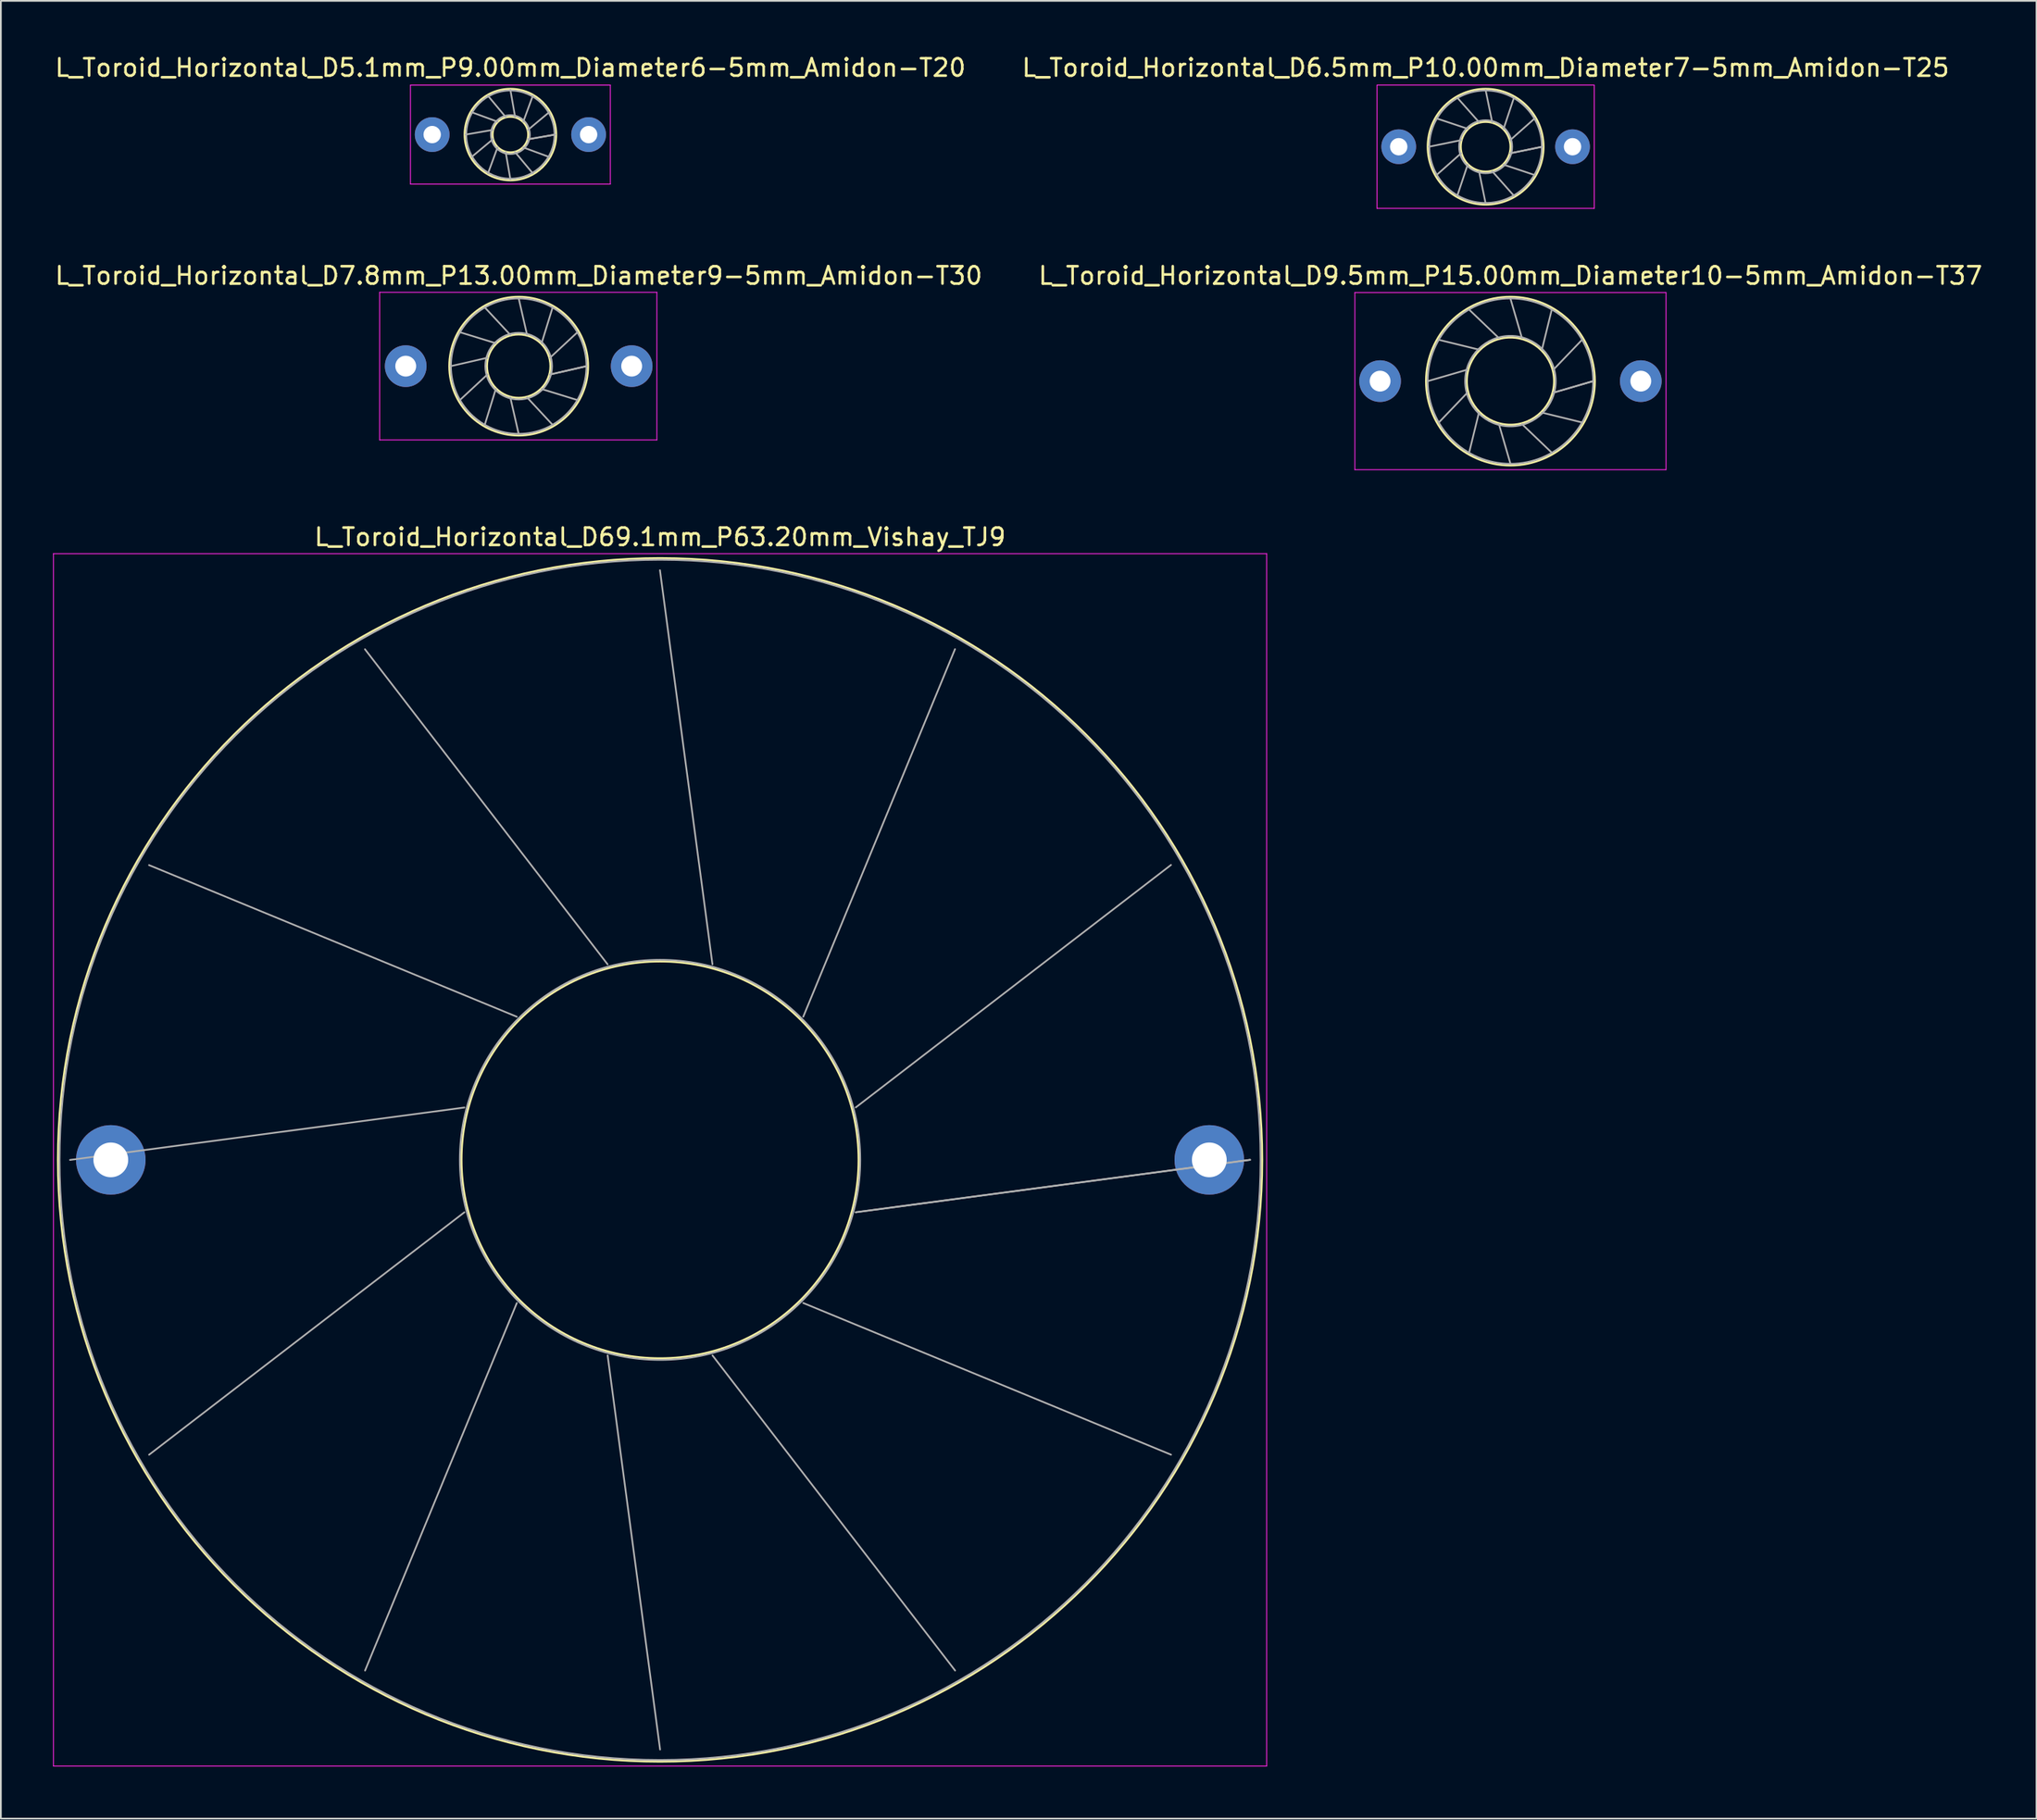
<source format=kicad_pcb>
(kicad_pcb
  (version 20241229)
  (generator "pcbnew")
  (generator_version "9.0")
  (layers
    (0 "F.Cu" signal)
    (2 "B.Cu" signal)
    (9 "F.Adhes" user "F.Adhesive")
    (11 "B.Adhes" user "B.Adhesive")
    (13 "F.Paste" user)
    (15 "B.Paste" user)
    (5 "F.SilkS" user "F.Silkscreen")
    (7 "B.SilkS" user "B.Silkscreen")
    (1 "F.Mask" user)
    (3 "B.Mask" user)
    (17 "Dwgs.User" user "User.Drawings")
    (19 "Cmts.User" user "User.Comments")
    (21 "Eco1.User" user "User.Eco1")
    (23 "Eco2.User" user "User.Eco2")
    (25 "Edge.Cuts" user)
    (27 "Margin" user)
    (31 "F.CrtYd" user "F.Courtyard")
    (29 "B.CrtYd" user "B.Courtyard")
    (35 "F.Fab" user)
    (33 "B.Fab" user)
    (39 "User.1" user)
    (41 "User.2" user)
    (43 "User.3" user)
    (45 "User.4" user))
  (footprint "L_Toroid_Horizontal_D69.1mm_P63.20mm_Vishay_TJ9"
    (layer "F.Cu")
    (at 3.325 63.726)
    (property "Reference" "L_Toroid_Horizontal_D69.1mm_P63.20mm_Vishay_TJ9" (at 31.6 -35.86 0) (layer "F.SilkS") (effects (font (size 1 1) (thickness 0.15))))
    (attr through_hole)
    (fp_circle (center 31.6 0) (end 43.027 0) (stroke (width 0.12) (type solid)) (fill no) (layer "F.SilkS"))
    (fp_circle (center 31.6 0) (end 66.24 0) (stroke (width 0.12) (type solid)) (fill no) (layer "F.SilkS"))
    (fp_line (start -3.3 -34.9) (end -3.3 34.9) (stroke (width 0.05) (type solid)) (layer "F.CrtYd"))
    (fp_line (start -3.3 34.9) (end 66.5 34.9) (stroke (width 0.05) (type solid)) (layer "F.CrtYd"))
    (fp_line (start 66.5 -34.9) (end -3.3 -34.9) (stroke (width 0.05) (type solid)) (layer "F.CrtYd"))
    (fp_line (start 66.5 34.9) (end 66.5 -34.9) (stroke (width 0.05) (type solid)) (layer "F.CrtYd"))
    (fp_line (start -2.347 0.003) (end 20.342 -3.015) (stroke (width 0.1) (type solid)) (layer "F.Fab"))
    (fp_line (start 2.199 -16.97) (end 23.358 -8.241) (stroke (width 0.1) (type solid)) (layer "F.Fab"))
    (fp_line (start 2.202 16.976) (end 20.342 3.018) (stroke (width 0.1) (type solid)) (layer "F.Fab"))
    (fp_line (start 14.623 -29.397) (end 28.582 -11.258) (stroke (width 0.1) (type solid)) (layer "F.Fab"))
    (fp_line (start 14.628 29.4) (end 23.359 8.242) (stroke (width 0.1) (type solid)) (layer "F.Fab"))
    (fp_line (start 31.595 -33.947) (end 34.615 -11.259) (stroke (width 0.1) (type solid)) (layer "F.Fab"))
    (fp_line (start 31.602 33.947) (end 28.584 11.258) (stroke (width 0.1) (type solid)) (layer "F.Fab"))
    (fp_line (start 48.569 -29.402) (end 39.84 -8.243) (stroke (width 0.1) (type solid)) (layer "F.Fab"))
    (fp_line (start 48.575 29.399) (end 34.617 11.258) (stroke (width 0.1) (type solid)) (layer "F.Fab"))
    (fp_line (start 60.996 -16.979) (end 42.858 -3.019) (stroke (width 0.1) (type solid)) (layer "F.Fab"))
    (fp_line (start 60.999 16.973) (end 39.842 8.241) (stroke (width 0.1) (type solid)) (layer "F.Fab"))
    (fp_line (start 65.547 -0.006) (end 42.859 3.014) (stroke (width 0.1) (type solid)) (layer "F.Fab"))
    (fp_line (start 65.547 0) (end 42.858 3.017) (stroke (width 0.1) (type solid)) (layer "F.Fab"))
    (fp_circle (center 31.6 0) (end 43.117 0) (stroke (width 0.1) (type solid)) (fill no) (layer "F.Fab"))
    (fp_circle (center 31.6 0) (end 66.15 0) (stroke (width 0.1) (type solid)) (fill no) (layer "F.Fab"))
    (pad "1" thru_hole circle (at 0 0) (size 4 4) (drill 2) (layers "*.Cu" "*.Mask"))
    (pad "2" thru_hole circle (at 63.2 0) (size 4 4) (drill 2) (layers "*.Cu" "*.Mask")))
  (footprint "L_Toroid_Horizontal_D7.8mm_P13.00mm_Diameter9-5mm_Amidon-T30"
    (layer "F.Cu")
    (at 20.292 18.029)
    (property "Reference" "L_Toroid_Horizontal_D7.8mm_P13.00mm_Diameter9-5mm_Amidon-T30" (at 6.5 -5.209 0) (layer "F.SilkS") (effects (font (size 1 1) (thickness 0.15))))
    (attr through_hole)
    (fp_circle (center 6.5 0) (end 8.328 0) (stroke (width 0.12) (type solid)) (fill no) (layer "F.SilkS"))
    (fp_circle (center 6.5 0) (end 10.489 0) (stroke (width 0.12) (type solid)) (fill no) (layer "F.SilkS"))
    (fp_line (start -1.5 -4.25) (end -1.5 4.25) (stroke (width 0.05) (type solid)) (layer "F.CrtYd"))
    (fp_line (start -1.5 4.25) (end 14.45 4.25) (stroke (width 0.05) (type solid)) (layer "F.CrtYd"))
    (fp_line (start 14.45 -4.25) (end -1.5 -4.25) (stroke (width 0.05) (type solid)) (layer "F.CrtYd"))
    (fp_line (start 14.45 4.25) (end 14.45 -4.25) (stroke (width 0.05) (type solid)) (layer "F.CrtYd"))
    (fp_line (start 2.591 0.000362) (end 4.699 -0.482) (stroke (width 0.1) (type solid)) (layer "F.Fab"))
    (fp_line (start 3.114 -1.954) (end 5.182 -1.318) (stroke (width 0.1) (type solid)) (layer "F.Fab"))
    (fp_line (start 3.115 1.955) (end 4.699 0.483) (stroke (width 0.1) (type solid)) (layer "F.Fab"))
    (fp_line (start 4.545 -3.385) (end 6.017 -1.801) (stroke (width 0.1) (type solid)) (layer "F.Fab"))
    (fp_line (start 4.546 3.386) (end 5.182 1.318) (stroke (width 0.1) (type solid)) (layer "F.Fab"))
    (fp_line (start 6.499 -3.909) (end 6.982 -1.801) (stroke (width 0.1) (type solid)) (layer "F.Fab"))
    (fp_line (start 6.5 3.909) (end 6.018 1.801) (stroke (width 0.1) (type solid)) (layer "F.Fab"))
    (fp_line (start 8.454 -3.386) (end 7.818 -1.318) (stroke (width 0.1) (type solid)) (layer "F.Fab"))
    (fp_line (start 8.455 3.385) (end 6.983 1.801) (stroke (width 0.1) (type solid)) (layer "F.Fab"))
    (fp_line (start 9.885 -1.955) (end 8.301 -0.483) (stroke (width 0.1) (type solid)) (layer "F.Fab"))
    (fp_line (start 9.885 1.955) (end 7.818 1.318) (stroke (width 0.1) (type solid)) (layer "F.Fab"))
    (fp_line (start 10.409 -0.001) (end 8.301 0.482) (stroke (width 0.1) (type solid)) (layer "F.Fab"))
    (fp_line (start 10.409 0) (end 8.301 0.482) (stroke (width 0.1) (type solid)) (layer "F.Fab"))
    (fp_circle (center 6.5 0) (end 8.418 0) (stroke (width 0.1) (type solid)) (fill no) (layer "F.Fab"))
    (fp_circle (center 6.5 0) (end 10.399 0) (stroke (width 0.1) (type solid)) (fill no) (layer "F.Fab"))
    (pad "1" thru_hole circle (at 0 0) (size 2.4 2.4) (drill 1.2) (layers "*.Cu" "*.Mask"))
    (pad "2" thru_hole circle (at 13 0) (size 2.4 2.4) (drill 1.2) (layers "*.Cu" "*.Mask")))
  (footprint "L_Toroid_Horizontal_D5.1mm_P9.00mm_Diameter6-5mm_Amidon-T20"
    (layer "F.Cu")
    (at 21.815 4.698)
    (property "Reference" "L_Toroid_Horizontal_D5.1mm_P9.00mm_Diameter6-5mm_Amidon-T20" (at 4.5 -3.85 0) (layer "F.SilkS") (effects (font (size 1 1) (thickness 0.15))))
    (attr through_hole)
    (fp_circle (center 4.5 0) (end 5.528 0) (stroke (width 0.12) (type solid)) (fill no) (layer "F.SilkS"))
    (fp_circle (center 4.5 0) (end 7.13 0) (stroke (width 0.12) (type solid)) (fill no) (layer "F.SilkS"))
    (fp_line (start -1.25 -2.85) (end -1.25 2.85) (stroke (width 0.05) (type solid)) (layer "F.CrtYd"))
    (fp_line (start -1.25 2.85) (end 10.25 2.85) (stroke (width 0.05) (type solid)) (layer "F.CrtYd"))
    (fp_line (start 10.25 -2.85) (end -1.25 -2.85) (stroke (width 0.05) (type solid)) (layer "F.CrtYd"))
    (fp_line (start 10.25 2.85) (end 10.25 -2.85) (stroke (width 0.05) (type solid)) (layer "F.CrtYd"))
    (fp_line (start 1.923 0.000239) (end 3.488 -0.271) (stroke (width 0.1) (type solid)) (layer "F.Fab"))
    (fp_line (start 2.268 -1.288) (end 3.759 -0.741) (stroke (width 0.1) (type solid)) (layer "F.Fab"))
    (fp_line (start 2.268 1.289) (end 3.488 0.271) (stroke (width 0.1) (type solid)) (layer "F.Fab"))
    (fp_line (start 3.211 -2.232) (end 4.229 -1.012) (stroke (width 0.1) (type solid)) (layer "F.Fab"))
    (fp_line (start 3.211 2.232) (end 3.759 0.741) (stroke (width 0.1) (type solid)) (layer "F.Fab"))
    (fp_line (start 4.5 -2.577) (end 4.771 -1.012) (stroke (width 0.1) (type solid)) (layer "F.Fab"))
    (fp_line (start 4.5 2.577) (end 4.229 1.012) (stroke (width 0.1) (type solid)) (layer "F.Fab"))
    (fp_line (start 5.788 -2.232) (end 5.241 -0.741) (stroke (width 0.1) (type solid)) (layer "F.Fab"))
    (fp_line (start 5.789 2.232) (end 4.771 1.012) (stroke (width 0.1) (type solid)) (layer "F.Fab"))
    (fp_line (start 6.732 -1.289) (end 5.512 -0.271) (stroke (width 0.1) (type solid)) (layer "F.Fab"))
    (fp_line (start 6.732 1.289) (end 5.241 0.741) (stroke (width 0.1) (type solid)) (layer "F.Fab"))
    (fp_line (start 7.077 -0.000478) (end 5.512 0.271) (stroke (width 0.1) (type solid)) (layer "F.Fab"))
    (fp_line (start 7.077 0) (end 5.512 0.271) (stroke (width 0.1) (type solid)) (layer "F.Fab"))
    (fp_circle (center 4.5 0) (end 5.618 0) (stroke (width 0.1) (type solid)) (fill no) (layer "F.Fab"))
    (fp_circle (center 4.5 0) (end 7.04 0) (stroke (width 0.1) (type solid)) (fill no) (layer "F.Fab"))
    (pad "1" thru_hole circle (at 0 0) (size 2 2) (drill 1) (layers "*.Cu" "*.Mask"))
    (pad "2" thru_hole circle (at 9 0) (size 2 2) (drill 1) (layers "*.Cu" "*.Mask")))
  (footprint "L_Toroid_Horizontal_D9.5mm_P15.00mm_Diameter10-5mm_Amidon-T37"
    (layer "F.Cu")
    (at 76.351 18.892)
    (property "Reference" "L_Toroid_Horizontal_D9.5mm_P15.00mm_Diameter10-5mm_Amidon-T37" (at 7.5 -6.072 0) (layer "F.SilkS") (effects (font (size 1 1) (thickness 0.15))))
    (attr through_hole)
    (fp_circle (center 7.5 0) (end 10.014 0) (stroke (width 0.12) (type solid)) (fill no) (layer "F.SilkS"))
    (fp_circle (center 7.5 0) (end 12.352 0) (stroke (width 0.12) (type solid)) (fill no) (layer "F.SilkS"))
    (fp_line (start -1.45 -5.1) (end -1.45 5.1) (stroke (width 0.05) (type solid)) (layer "F.CrtYd"))
    (fp_line (start -1.45 5.1) (end 16.45 5.1) (stroke (width 0.05) (type solid)) (layer "F.CrtYd"))
    (fp_line (start 16.45 -5.1) (end -1.45 -5.1) (stroke (width 0.05) (type solid)) (layer "F.CrtYd"))
    (fp_line (start 16.45 5.1) (end 16.45 -5.1) (stroke (width 0.05) (type solid)) (layer "F.CrtYd"))
    (fp_line (start 2.745 0.000441) (end 5.024 -0.663) (stroke (width 0.1) (type solid)) (layer "F.Fab"))
    (fp_line (start 3.381 -2.377) (end 5.687 -1.813) (stroke (width 0.1) (type solid)) (layer "F.Fab"))
    (fp_line (start 3.382 2.378) (end 5.024 0.664) (stroke (width 0.1) (type solid)) (layer "F.Fab"))
    (fp_line (start 5.122 -4.118) (end 6.836 -2.476) (stroke (width 0.1) (type solid)) (layer "F.Fab"))
    (fp_line (start 5.123 4.118) (end 5.687 1.813) (stroke (width 0.1) (type solid)) (layer "F.Fab"))
    (fp_line (start 7.499 -4.755) (end 8.163 -2.477) (stroke (width 0.1) (type solid)) (layer "F.Fab"))
    (fp_line (start 7.5 4.755) (end 6.837 2.476) (stroke (width 0.1) (type solid)) (layer "F.Fab"))
    (fp_line (start 9.877 -4.119) (end 9.313 -1.813) (stroke (width 0.1) (type solid)) (layer "F.Fab"))
    (fp_line (start 9.878 4.118) (end 8.164 2.476) (stroke (width 0.1) (type solid)) (layer "F.Fab"))
    (fp_line (start 11.618 -2.378) (end 9.976 -0.664) (stroke (width 0.1) (type solid)) (layer "F.Fab"))
    (fp_line (start 11.618 2.378) (end 9.313 1.813) (stroke (width 0.1) (type solid)) (layer "F.Fab"))
    (fp_line (start 12.255 -0.001) (end 9.977 0.663) (stroke (width 0.1) (type solid)) (layer "F.Fab"))
    (fp_line (start 12.255 0) (end 9.976 0.664) (stroke (width 0.1) (type solid)) (layer "F.Fab"))
    (fp_circle (center 7.5 0) (end 10.104 0) (stroke (width 0.1) (type solid)) (fill no) (layer "F.Fab"))
    (fp_circle (center 7.5 0) (end 12.262 0) (stroke (width 0.1) (type solid)) (fill no) (layer "F.Fab"))
    (pad "1" thru_hole circle (at 0 0) (size 2.4 2.4) (drill 1.2) (layers "*.Cu" "*.Mask"))
    (pad "2" thru_hole circle (at 15 0) (size 2.4 2.4) (drill 1.2) (layers "*.Cu" "*.Mask")))
  (footprint "L_Toroid_Horizontal_D6.5mm_P10.00mm_Diameter7-5mm_Amidon-T25"
    (layer "F.Cu")
    (at 77.423 5.397)
    (property "Reference" "L_Toroid_Horizontal_D6.5mm_P10.00mm_Diameter7-5mm_Amidon-T25" (at 5 -4.548 0) (layer "F.SilkS") (effects (font (size 1 1) (thickness 0.15))))
    (attr through_hole)
    (fp_circle (center 5 0) (end 6.434 0) (stroke (width 0.12) (type solid)) (fill no) (layer "F.SilkS"))
    (fp_circle (center 5 0) (end 8.329 0) (stroke (width 0.12) (type solid)) (fill no) (layer "F.SilkS"))
    (fp_line (start -1.25 -3.55) (end -1.25 3.55) (stroke (width 0.05) (type solid)) (layer "F.CrtYd"))
    (fp_line (start -1.25 3.55) (end 11.25 3.55) (stroke (width 0.05) (type solid)) (layer "F.CrtYd"))
    (fp_line (start 11.25 -3.55) (end -1.25 -3.55) (stroke (width 0.05) (type solid)) (layer "F.CrtYd"))
    (fp_line (start 11.25 3.55) (end 11.25 -3.55) (stroke (width 0.05) (type solid)) (layer "F.CrtYd"))
    (fp_line (start 1.738 0.000302) (end 3.587 -0.378) (stroke (width 0.1) (type solid)) (layer "F.Fab"))
    (fp_line (start 2.175 -1.631) (end 3.966 -1.034) (stroke (width 0.1) (type solid)) (layer "F.Fab"))
    (fp_line (start 2.175 1.631) (end 3.587 0.379) (stroke (width 0.1) (type solid)) (layer "F.Fab"))
    (fp_line (start 3.369 -2.825) (end 4.621 -1.413) (stroke (width 0.1) (type solid)) (layer "F.Fab"))
    (fp_line (start 3.369 2.825) (end 3.966 1.034) (stroke (width 0.1) (type solid)) (layer "F.Fab"))
    (fp_line (start 5 -3.262) (end 5.378 -1.413) (stroke (width 0.1) (type solid)) (layer "F.Fab"))
    (fp_line (start 5 3.262) (end 4.622 1.413) (stroke (width 0.1) (type solid)) (layer "F.Fab"))
    (fp_line (start 6.631 -2.825) (end 6.034 -1.034) (stroke (width 0.1) (type solid)) (layer "F.Fab"))
    (fp_line (start 6.631 2.825) (end 5.379 1.413) (stroke (width 0.1) (type solid)) (layer "F.Fab"))
    (fp_line (start 7.825 -1.631) (end 6.413 -0.379) (stroke (width 0.1) (type solid)) (layer "F.Fab"))
    (fp_line (start 7.825 1.631) (end 6.034 1.034) (stroke (width 0.1) (type solid)) (layer "F.Fab"))
    (fp_line (start 8.262 -0.001) (end 6.413 0.378) (stroke (width 0.1) (type solid)) (layer "F.Fab"))
    (fp_line (start 8.262 0) (end 6.413 0.379) (stroke (width 0.1) (type solid)) (layer "F.Fab"))
    (fp_circle (center 5 0) (end 6.524 0) (stroke (width 0.1) (type solid)) (fill no) (layer "F.Fab"))
    (fp_circle (center 5 0) (end 8.239 0) (stroke (width 0.1) (type solid)) (fill no) (layer "F.Fab"))
    (pad "1" thru_hole circle (at 0 0) (size 2 2) (drill 1) (layers "*.Cu" "*.Mask"))
    (pad "2" thru_hole circle (at 10 0) (size 2 2) (drill 1) (layers "*.Cu" "*.Mask")))
  (gr_rect
    (start -3 -3)
    (end 114.119 101.651)
    (stroke (width 0.1) (type default))
    (fill no)
    (layer "Edge.Cuts")))
</source>
